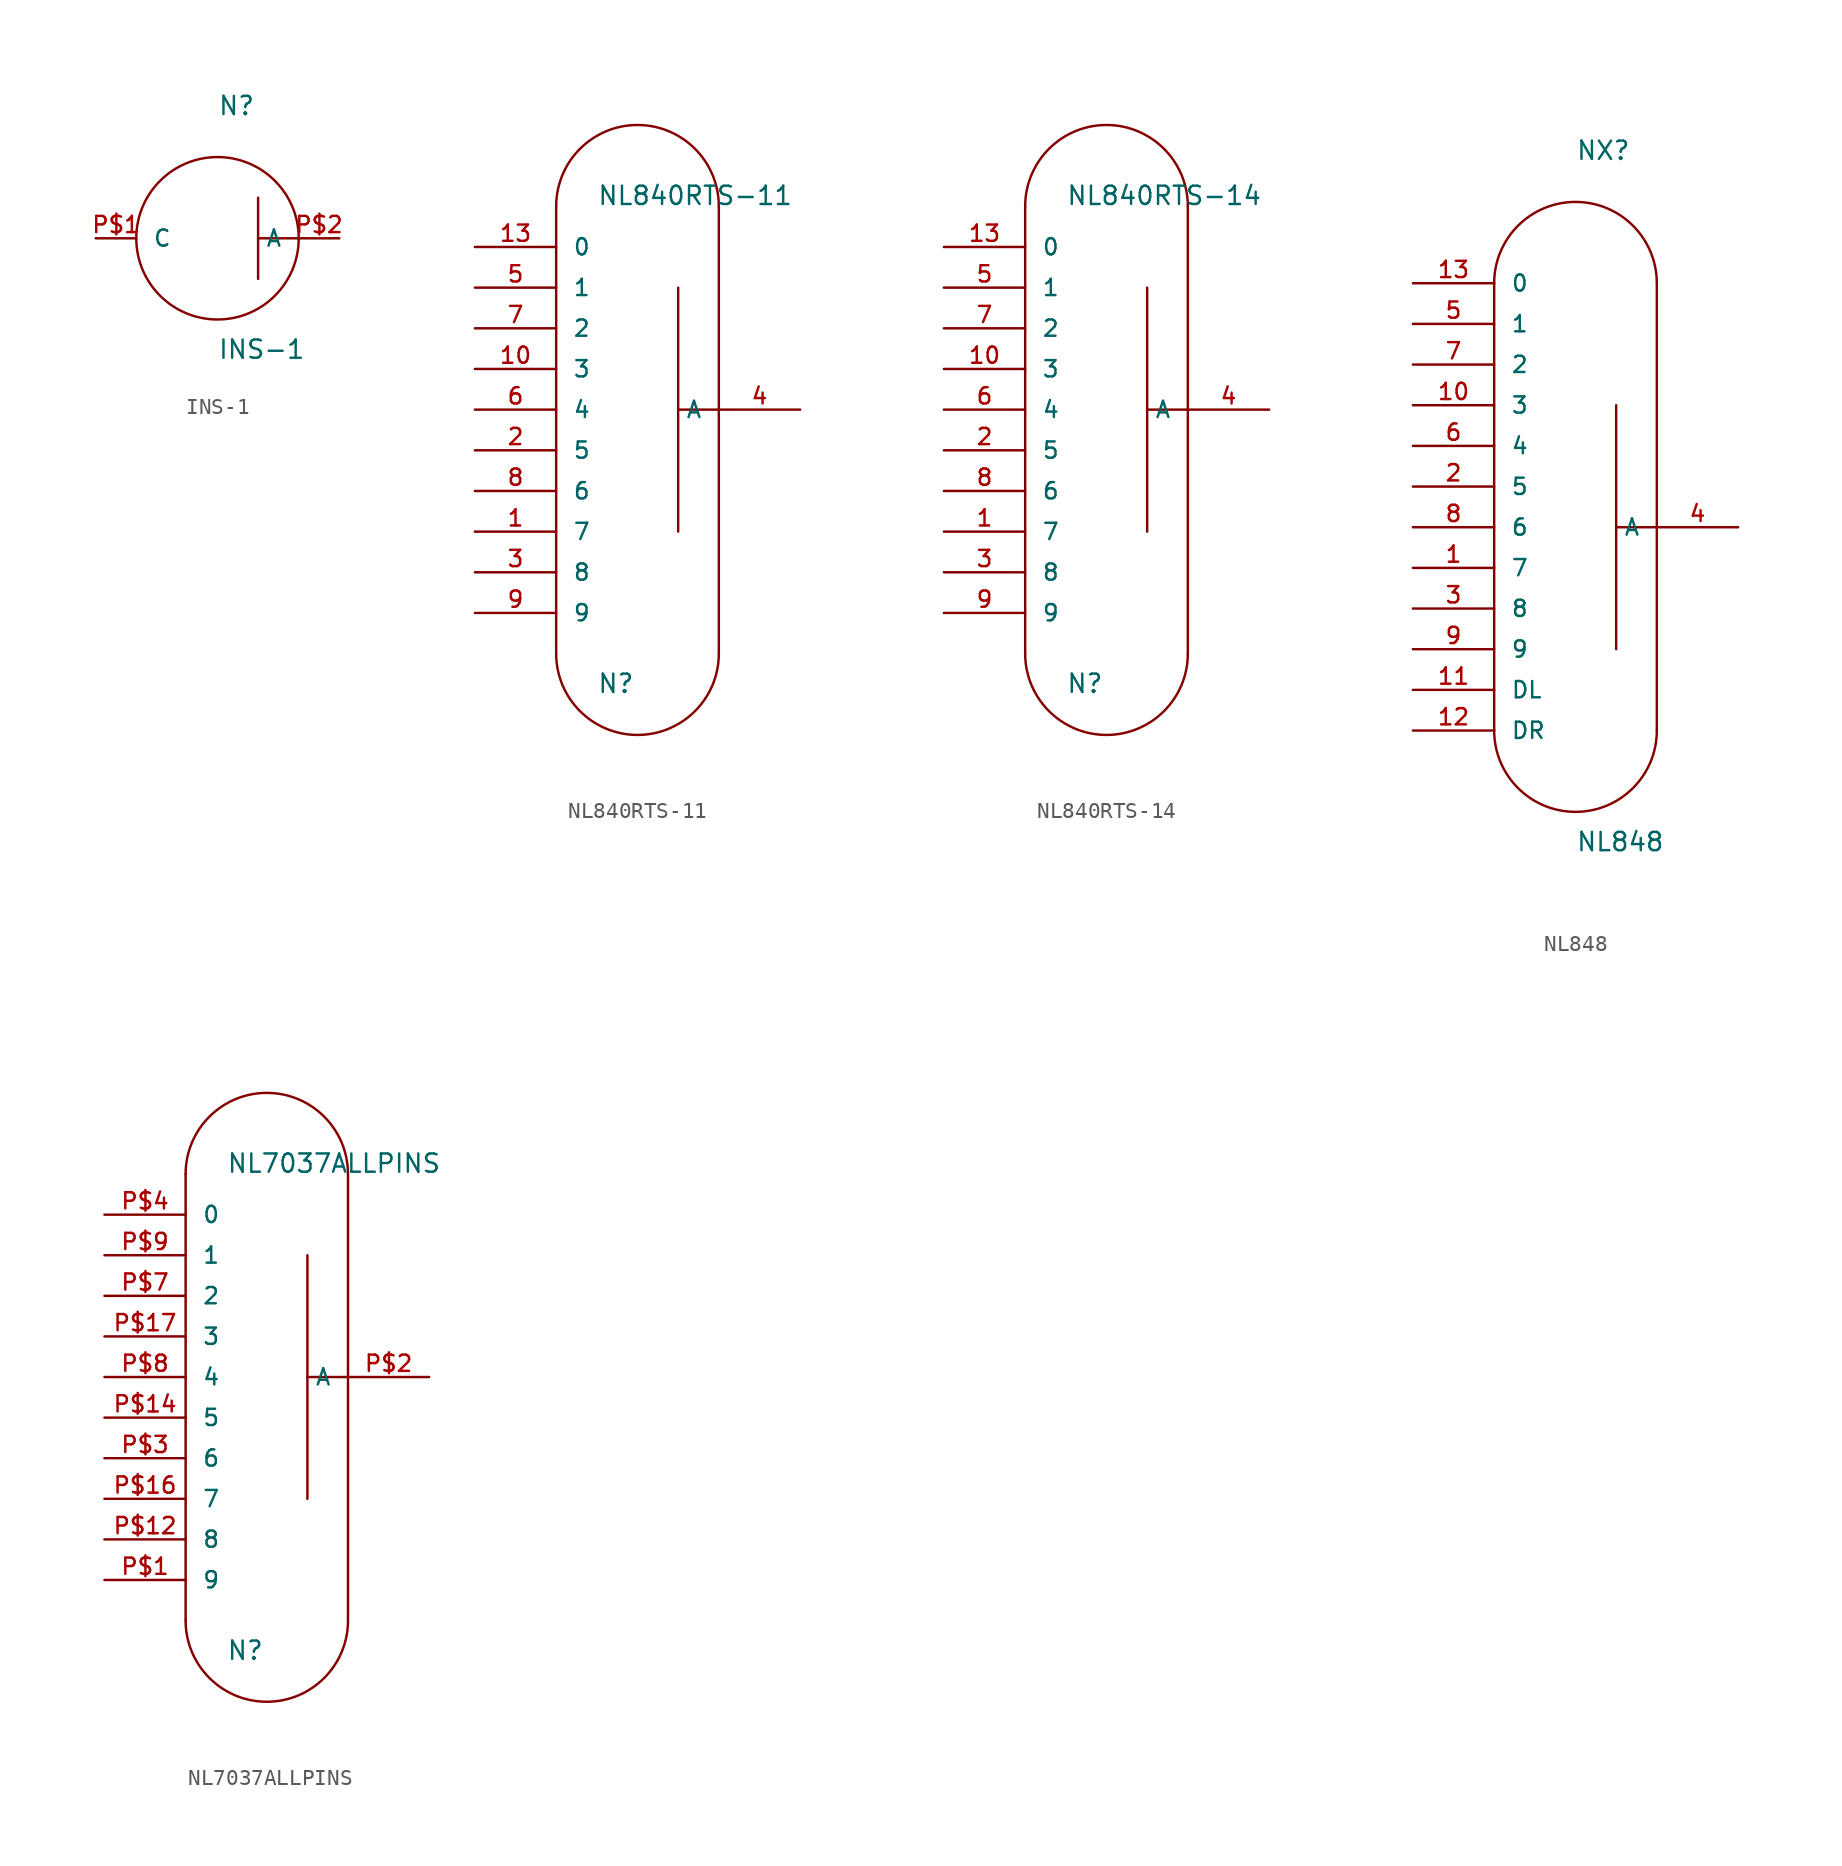
<source format=kicad_sym>
(kicad_symbol_lib
  (version 20241209)
  (generator "kicad_symbol_editor")
  (generator_version "9.0")
  (symbol "INS-1"
    (pin_names
      (offset 1.016))
    (property "Reference" "N"
      (at 0 7.62 0)
      (effects (font (size 1.143 1.143)) (justify left bottom)))
    (property "Value" "INS-1"
      (at 0 -7.62 0)
      (effects (font (size 1.143 1.143)) (justify left bottom)))
    (property "ki_locked" ""
      (at 0 0 0)
      (effects (font (size 1.27 1.27))))
    (symbol "INS-1_1_0"
      (polyline (pts (xy 2.54 0) (xy 2.54 2.54)) (stroke (width 0) (type solid)) (fill (type none)))
      (polyline (pts (xy 2.54 0) (xy 5.08 0)) (stroke (width 0) (type solid)) (fill (type none)))
      (polyline (pts (xy 2.54 -2.54) (xy 2.54 0)) (stroke (width 0) (type solid)) (fill (type none))))
    (symbol "INS-1_1_1"
      (circle (center 0 0) (radius 5.08) (stroke (width 0) (type solid)) (fill (type none)))
      (pin passive line (at -7.62 0 0) (length 2.54) (name "C" (effects (font (size 1.016 1.016)))) (number "P$1" (effects (font (size 1.016 1.016)))))
      (pin passive line (at 7.62 0 180) (length 2.54) (name "A" (effects (font (size 1.016 1.016)))) (number "P$2" (effects (font (size 1.016 1.016)))))))
  (symbol "NL840RTS-11"
    (pin_names
      (offset 1.016))
    (property "Reference" "N"
      (at -2.54 -15.24 0)
      (effects (font (size 1.143 1.143)) (justify left bottom)))
    (property "Value" "NL840RTS-11"
      (at -2.54 15.24 0)
      (effects (font (size 1.143 1.143)) (justify left bottom)))
    (property "ki_locked" ""
      (at 0 0 0)
      (effects (font (size 1.27 1.27))))
    (symbol "NL840RTS-11_1_0"
      (polyline (pts (xy -5.08 15.24) (xy -5.08 -12.7)) (stroke (width 0) (type solid)) (fill (type none)))
      (polyline (pts (xy 2.54 2.54) (xy 2.54 10.16)) (stroke (width 0) (type solid)) (fill (type none)))
      (polyline (pts (xy 2.54 -5.08) (xy 2.54 2.54)) (stroke (width 0) (type solid)) (fill (type none)))
      (polyline (pts (xy 5.08 15.24) (xy 5.08 2.54)) (stroke (width 0) (type solid)) (fill (type none)))
      (polyline (pts (xy 5.08 2.54) (xy 2.54 2.54)) (stroke (width 0) (type solid)) (fill (type none)))
      (polyline (pts (xy 5.08 2.54) (xy 5.08 -12.7)) (stroke (width 0) (type solid)) (fill (type none))))
    (symbol "NL840RTS-11_1_1"
      (arc (start -5.08 15.24) (mid 0 20.32) (end 5.08 15.24) (stroke (width 0) (type solid)) (fill (type none)))
      (arc (start 5.08 -12.7) (mid 0 -17.78) (end -5.08 -12.7) (stroke (width 0) (type solid)) (fill (type none)))
      (pin passive line (at -10.16 12.7 0) (length 5.08) (name "0" (effects (font (size 1.016 1.016)))) (number "13" (effects (font (size 1.016 1.016)))))
      (pin passive line (at -10.16 10.16 0) (length 5.08) (name "1" (effects (font (size 1.016 1.016)))) (number "5" (effects (font (size 1.016 1.016)))))
      (pin passive line (at -10.16 7.62 0) (length 5.08) (name "2" (effects (font (size 1.016 1.016)))) (number "7" (effects (font (size 1.016 1.016)))))
      (pin passive line (at -10.16 5.08 0) (length 5.08) (name "3" (effects (font (size 1.016 1.016)))) (number "10" (effects (font (size 1.016 1.016)))))
      (pin passive line (at -10.16 2.54 0) (length 5.08) (name "4" (effects (font (size 1.016 1.016)))) (number "6" (effects (font (size 1.016 1.016)))))
      (pin passive line (at -10.16 0 0) (length 5.08) (name "5" (effects (font (size 1.016 1.016)))) (number "2" (effects (font (size 1.016 1.016)))))
      (pin passive line (at -10.16 -2.54 0) (length 5.08) (name "6" (effects (font (size 1.016 1.016)))) (number "8" (effects (font (size 1.016 1.016)))))
      (pin passive line (at -10.16 -5.08 0) (length 5.08) (name "7" (effects (font (size 1.016 1.016)))) (number "1" (effects (font (size 1.016 1.016)))))
      (pin passive line (at -10.16 -7.62 0) (length 5.08) (name "8" (effects (font (size 1.016 1.016)))) (number "3" (effects (font (size 1.016 1.016)))))
      (pin passive line (at -10.16 -10.16 0) (length 5.08) (name "9" (effects (font (size 1.016 1.016)))) (number "9" (effects (font (size 1.016 1.016)))))
      (pin passive line (at 10.16 2.54 180) (length 5.08) (name "A" (effects (font (size 1.016 1.016)))) (number "4" (effects (font (size 1.016 1.016)))))))
  (symbol "NL840RTS-14"
    (pin_names
      (offset 1.016))
    (property "Reference" "N"
      (at -2.54 -15.24 0)
      (effects (font (size 1.143 1.143)) (justify left bottom)))
    (property "Value" "NL840RTS-14"
      (at -2.54 15.24 0)
      (effects (font (size 1.143 1.143)) (justify left bottom)))
    (property "ki_locked" ""
      (at 0 0 0)
      (effects (font (size 1.27 1.27))))
    (symbol "NL840RTS-14_1_0"
      (polyline (pts (xy -5.08 15.24) (xy -5.08 -12.7)) (stroke (width 0) (type solid)) (fill (type none)))
      (polyline (pts (xy 2.54 2.54) (xy 2.54 10.16)) (stroke (width 0) (type solid)) (fill (type none)))
      (polyline (pts (xy 2.54 -5.08) (xy 2.54 2.54)) (stroke (width 0) (type solid)) (fill (type none)))
      (polyline (pts (xy 5.08 15.24) (xy 5.08 2.54)) (stroke (width 0) (type solid)) (fill (type none)))
      (polyline (pts (xy 5.08 2.54) (xy 2.54 2.54)) (stroke (width 0) (type solid)) (fill (type none)))
      (polyline (pts (xy 5.08 2.54) (xy 5.08 -12.7)) (stroke (width 0) (type solid)) (fill (type none))))
    (symbol "NL840RTS-14_1_1"
      (arc (start -5.08 15.24) (mid 0 20.32) (end 5.08 15.24) (stroke (width 0) (type solid)) (fill (type none)))
      (arc (start 5.08 -12.7) (mid 0 -17.78) (end -5.08 -12.7) (stroke (width 0) (type solid)) (fill (type none)))
      (pin passive line (at -10.16 12.7 0) (length 5.08) (name "0" (effects (font (size 1.016 1.016)))) (number "13" (effects (font (size 1.016 1.016)))))
      (pin passive line (at -10.16 10.16 0) (length 5.08) (name "1" (effects (font (size 1.016 1.016)))) (number "5" (effects (font (size 1.016 1.016)))))
      (pin passive line (at -10.16 7.62 0) (length 5.08) (name "2" (effects (font (size 1.016 1.016)))) (number "7" (effects (font (size 1.016 1.016)))))
      (pin passive line (at -10.16 5.08 0) (length 5.08) (name "3" (effects (font (size 1.016 1.016)))) (number "10" (effects (font (size 1.016 1.016)))))
      (pin passive line (at -10.16 2.54 0) (length 5.08) (name "4" (effects (font (size 1.016 1.016)))) (number "6" (effects (font (size 1.016 1.016)))))
      (pin passive line (at -10.16 0 0) (length 5.08) (name "5" (effects (font (size 1.016 1.016)))) (number "2" (effects (font (size 1.016 1.016)))))
      (pin passive line (at -10.16 -2.54 0) (length 5.08) (name "6" (effects (font (size 1.016 1.016)))) (number "8" (effects (font (size 1.016 1.016)))))
      (pin passive line (at -10.16 -5.08 0) (length 5.08) (name "7" (effects (font (size 1.016 1.016)))) (number "1" (effects (font (size 1.016 1.016)))))
      (pin passive line (at -10.16 -7.62 0) (length 5.08) (name "8" (effects (font (size 1.016 1.016)))) (number "3" (effects (font (size 1.016 1.016)))))
      (pin passive line (at -10.16 -10.16 0) (length 5.08) (name "9" (effects (font (size 1.016 1.016)))) (number "9" (effects (font (size 1.016 1.016)))))
      (pin passive line (at 10.16 2.54 180) (length 5.08) (name "A" (effects (font (size 1.016 1.016)))) (number "4" (effects (font (size 1.016 1.016)))))))
  (symbol "NL848"
    (pin_names
      (offset 1.016))
    (property "Reference" "NX"
      (at 0 22.86 0)
      (effects (font (size 1.143 1.143)) (justify left bottom)))
    (property "Value" "NL848"
      (at 0 -20.32 0)
      (effects (font (size 1.143 1.143)) (justify left bottom)))
    (property "ki_locked" ""
      (at 0 0 0)
      (effects (font (size 1.27 1.27))))
    (symbol "NL848_1_0"
      (polyline (pts (xy -5.08 15.24) (xy -5.08 -12.7)) (stroke (width 0) (type solid)) (fill (type none)))
      (polyline (pts (xy 2.54 -7.62) (xy 2.54 7.62)) (stroke (width 0) (type solid)) (fill (type none)))
      (polyline (pts (xy 5.08 15.24) (xy 5.08 -12.7)) (stroke (width 0) (type solid)) (fill (type none)))
      (polyline (pts (xy 5.08 0) (xy 2.54 0)) (stroke (width 0) (type solid)) (fill (type none))))
    (symbol "NL848_1_1"
      (arc (start -5.08 15.24) (mid 0 20.32) (end 5.08 15.24) (stroke (width 0) (type solid)) (fill (type none)))
      (arc (start 5.08 -12.7) (mid 0 -17.78) (end -5.08 -12.7) (stroke (width 0) (type solid)) (fill (type none)))
      (pin passive line (at -10.16 15.24 0) (length 5.08) (name "0" (effects (font (size 1.016 1.016)))) (number "13" (effects (font (size 1.016 1.016)))))
      (pin passive line (at -10.16 12.7 0) (length 5.08) (name "1" (effects (font (size 1.016 1.016)))) (number "5" (effects (font (size 1.016 1.016)))))
      (pin passive line (at -10.16 10.16 0) (length 5.08) (name "2" (effects (font (size 1.016 1.016)))) (number "7" (effects (font (size 1.016 1.016)))))
      (pin passive line (at -10.16 7.62 0) (length 5.08) (name "3" (effects (font (size 1.016 1.016)))) (number "10" (effects (font (size 1.016 1.016)))))
      (pin passive line (at -10.16 5.08 0) (length 5.08) (name "4" (effects (font (size 1.016 1.016)))) (number "6" (effects (font (size 1.016 1.016)))))
      (pin passive line (at -10.16 2.54 0) (length 5.08) (name "5" (effects (font (size 1.016 1.016)))) (number "2" (effects (font (size 1.016 1.016)))))
      (pin passive line (at -10.16 0 0) (length 5.08) (name "6" (effects (font (size 1.016 1.016)))) (number "8" (effects (font (size 1.016 1.016)))))
      (pin passive line (at -10.16 -2.54 0) (length 5.08) (name "7" (effects (font (size 1.016 1.016)))) (number "1" (effects (font (size 1.016 1.016)))))
      (pin passive line (at -10.16 -5.08 0) (length 5.08) (name "8" (effects (font (size 1.016 1.016)))) (number "3" (effects (font (size 1.016 1.016)))))
      (pin passive line (at -10.16 -7.62 0) (length 5.08) (name "9" (effects (font (size 1.016 1.016)))) (number "9" (effects (font (size 1.016 1.016)))))
      (pin passive line (at -10.16 -10.16 0) (length 5.08) (name "DL" (effects (font (size 1.016 1.016)))) (number "11" (effects (font (size 1.016 1.016)))))
      (pin passive line (at -10.16 -12.7 0) (length 5.08) (name "DR" (effects (font (size 1.016 1.016)))) (number "12" (effects (font (size 1.016 1.016)))))
      (pin passive line (at 10.16 0 180) (length 5.08) (name "A" (effects (font (size 1.016 1.016)))) (number "4" (effects (font (size 1.016 1.016)))))))
  (symbol "NL7037ALLPINS"
    (pin_names
      (offset 1.016))
    (property "Reference" "N"
      (at -2.54 -15.24 0)
      (effects (font (size 1.143 1.143)) (justify left bottom)))
    (property "Value" "NL7037ALLPINS"
      (at -2.54 15.24 0)
      (effects (font (size 1.143 1.143)) (justify left bottom)))
    (property "ki_locked" ""
      (at 0 0 0)
      (effects (font (size 1.27 1.27))))
    (symbol "NL7037ALLPINS_1_0"
      (polyline (pts (xy -5.08 15.24) (xy -5.08 -12.7)) (stroke (width 0) (type solid)) (fill (type none)))
      (polyline (pts (xy 2.54 2.54) (xy 2.54 10.16)) (stroke (width 0) (type solid)) (fill (type none)))
      (polyline (pts (xy 2.54 -5.08) (xy 2.54 2.54)) (stroke (width 0) (type solid)) (fill (type none)))
      (polyline (pts (xy 5.08 15.24) (xy 5.08 2.54)) (stroke (width 0) (type solid)) (fill (type none)))
      (polyline (pts (xy 5.08 2.54) (xy 2.54 2.54)) (stroke (width 0) (type solid)) (fill (type none)))
      (polyline (pts (xy 5.08 2.54) (xy 5.08 -12.7)) (stroke (width 0) (type solid)) (fill (type none))))
    (symbol "NL7037ALLPINS_1_1"
      (arc (start -5.08 15.24) (mid 0 20.32) (end 5.08 15.24) (stroke (width 0) (type solid)) (fill (type none)))
      (arc (start 5.08 -12.7) (mid 0 -17.78) (end -5.08 -12.7) (stroke (width 0) (type solid)) (fill (type none)))
      (pin passive line (at -10.16 12.7 0) (length 5.08) (name "0" (effects (font (size 1.016 1.016)))) (number "P$4" (effects (font (size 1.016 1.016)))))
      (pin passive line (at -10.16 10.16 0) (length 5.08) (name "1" (effects (font (size 1.016 1.016)))) (number "P$9" (effects (font (size 1.016 1.016)))))
      (pin passive line (at -10.16 7.62 0) (length 5.08) (name "2" (effects (font (size 1.016 1.016)))) (number "P$7" (effects (font (size 1.016 1.016)))))
      (pin passive line (at -10.16 5.08 0) (length 5.08) (name "3" (effects (font (size 1.016 1.016)))) (number "P$17" (effects (font (size 1.016 1.016)))))
      (pin passive line (at -10.16 2.54 0) (length 5.08) (name "4" (effects (font (size 1.016 1.016)))) (number "P$8" (effects (font (size 1.016 1.016)))))
      (pin passive line (at -10.16 0 0) (length 5.08) (name "5" (effects (font (size 1.016 1.016)))) (number "P$14" (effects (font (size 1.016 1.016)))))
      (pin passive line (at -10.16 -2.54 0) (length 5.08) (name "6" (effects (font (size 1.016 1.016)))) (number "P$3" (effects (font (size 1.016 1.016)))))
      (pin passive line (at -10.16 -5.08 0) (length 5.08) (name "7" (effects (font (size 1.016 1.016)))) (number "P$16" (effects (font (size 1.016 1.016)))))
      (pin passive line (at -10.16 -7.62 0) (length 5.08) (name "8" (effects (font (size 1.016 1.016)))) (number "P$12" (effects (font (size 1.016 1.016)))))
      (pin passive line (at -10.16 -10.16 0) (length 5.08) (name "9" (effects (font (size 1.016 1.016)))) (number "P$1" (effects (font (size 1.016 1.016)))))
      (pin passive line (at 10.16 2.54 180) (length 5.08) (name "A" (effects (font (size 1.016 1.016)))) (number "P$2" (effects (font (size 1.016 1.016))))))))
</source>
